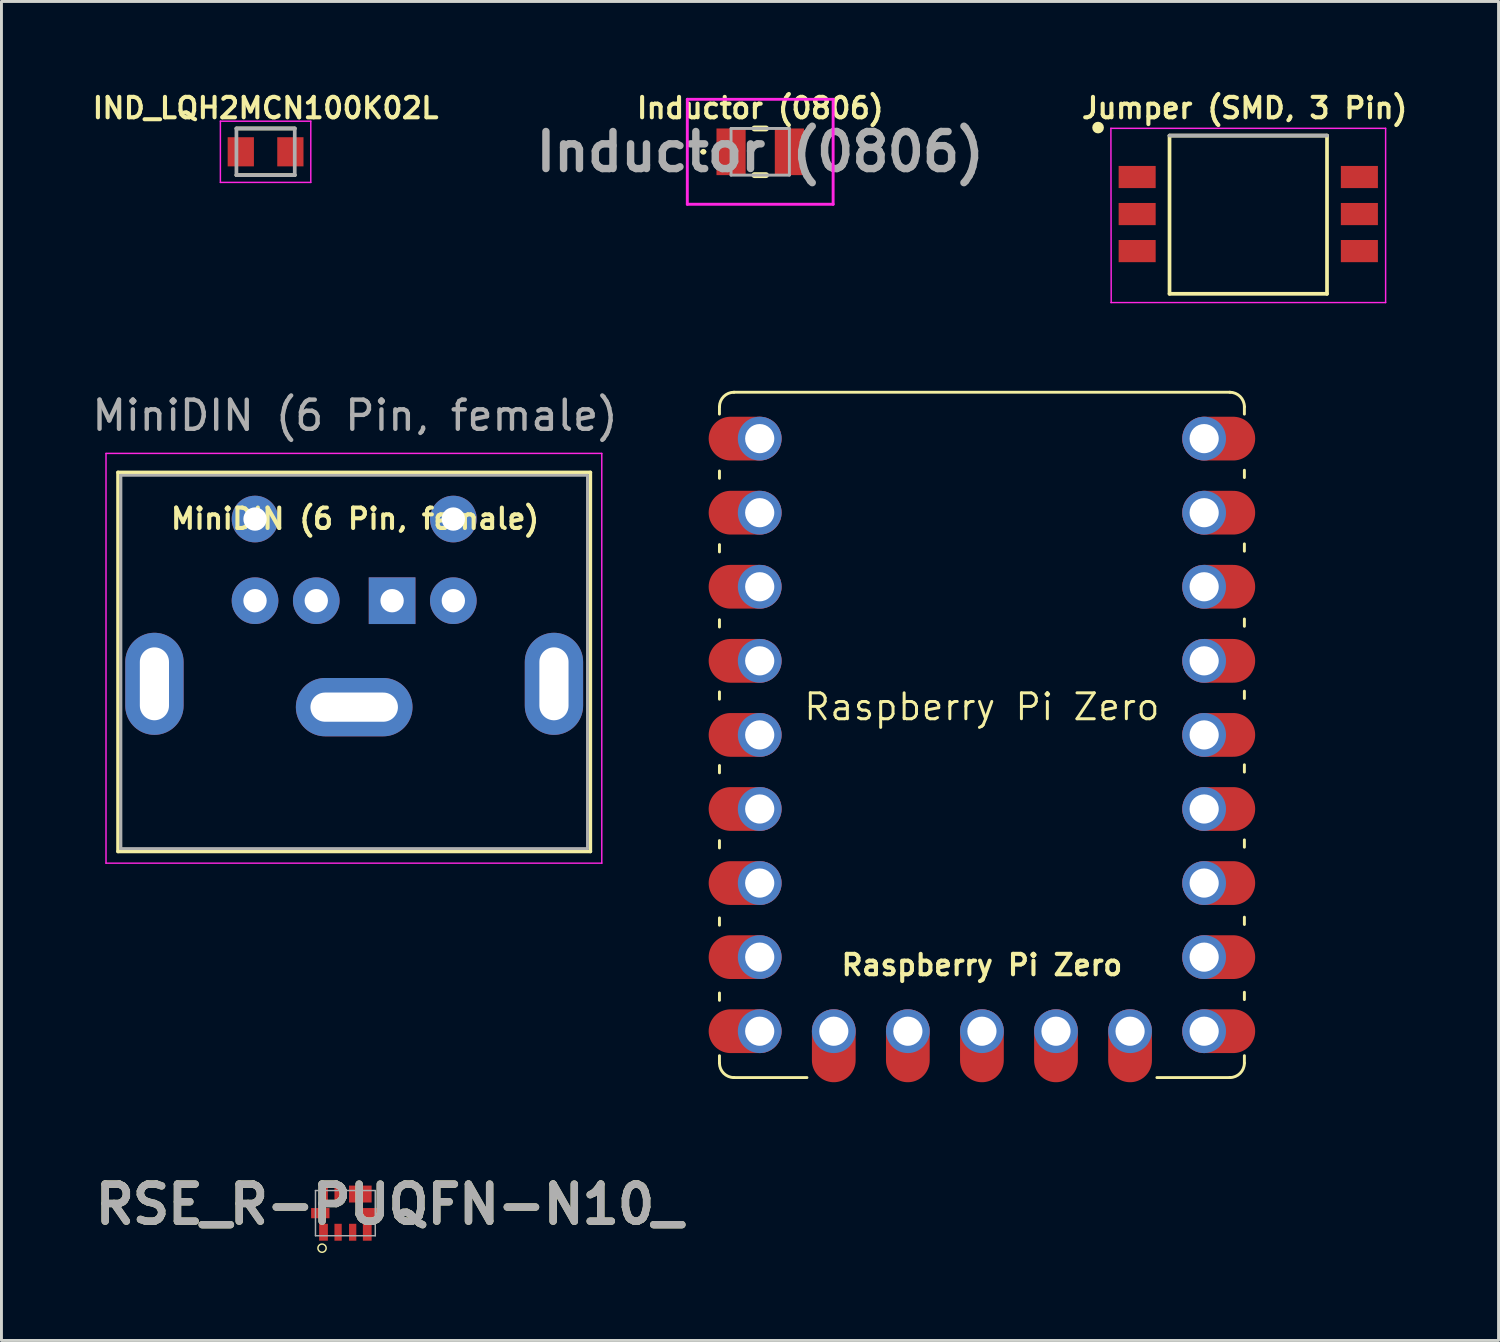
<source format=kicad_pcb>
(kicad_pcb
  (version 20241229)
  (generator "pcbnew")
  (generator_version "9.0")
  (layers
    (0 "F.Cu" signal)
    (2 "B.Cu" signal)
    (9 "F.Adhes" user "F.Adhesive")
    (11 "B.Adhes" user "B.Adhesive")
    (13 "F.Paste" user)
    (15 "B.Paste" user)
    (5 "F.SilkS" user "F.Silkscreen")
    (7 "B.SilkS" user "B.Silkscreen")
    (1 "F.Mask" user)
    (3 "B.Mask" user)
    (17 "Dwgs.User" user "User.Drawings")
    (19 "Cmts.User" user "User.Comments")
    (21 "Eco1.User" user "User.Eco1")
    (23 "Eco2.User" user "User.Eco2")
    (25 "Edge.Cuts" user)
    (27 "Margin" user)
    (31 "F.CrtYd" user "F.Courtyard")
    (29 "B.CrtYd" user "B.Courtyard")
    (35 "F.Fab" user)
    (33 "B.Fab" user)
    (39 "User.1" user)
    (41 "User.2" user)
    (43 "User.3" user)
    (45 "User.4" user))
  (footprint "Raspberry Pi Zero"
    (layer "F.Cu")
    (at 30.62 22.15)
    (property "Reference" "Raspberry Pi Zero" (at 0 -0.96 0) (layer "F.SilkS") (effects (font (size 0.889 0.889) (thickness 0.102))))
    (attr through_hole exclude_from_pos_files)
    (fp_line (start -9 -11.25) (end -9 -11) (stroke (width 0.1) (type default)) (layer "F.SilkS"))
    (fp_line (start -9 -9.05) (end -9 -8.8) (stroke (width 0.1) (type default)) (layer "F.SilkS"))
    (fp_line (start -9 -6.525) (end -9 -6.275) (stroke (width 0.1) (type default)) (layer "F.SilkS"))
    (fp_line (start -9 -3.95) (end -9 -3.7) (stroke (width 0.1) (type default)) (layer "F.SilkS"))
    (fp_line (start -9 -1.475) (end -9 -1.225) (stroke (width 0.1) (type default)) (layer "F.SilkS"))
    (fp_line (start -9 1.05) (end -9 1.3) (stroke (width 0.1) (type default)) (layer "F.SilkS"))
    (fp_line (start -9 3.625) (end -9 3.875) (stroke (width 0.1) (type default)) (layer "F.SilkS"))
    (fp_line (start -9 6.275) (end -9 6.525) (stroke (width 0.1) (type default)) (layer "F.SilkS"))
    (fp_line (start -9 8.85) (end -9 9.1) (stroke (width 0.1) (type default)) (layer "F.SilkS"))
    (fp_line (start -9 11.25) (end -9 11) (stroke (width 0.1) (type default)) (layer "F.SilkS"))
    (fp_line (start -8.5 -11.75) (end 8.5 -11.75) (stroke (width 0.1) (type default)) (layer "F.SilkS"))
    (fp_line (start -8.5 11.75) (end -6 11.75) (stroke (width 0.1) (type default)) (layer "F.SilkS"))
    (fp_line (start 8.5 11.75) (end 6 11.75) (stroke (width 0.1) (type default)) (layer "F.SilkS"))
    (fp_line (start 9 -11.25) (end 9 -11) (stroke (width 0.1) (type default)) (layer "F.SilkS"))
    (fp_line (start 9 -9.075) (end 9 -8.825) (stroke (width 0.1) (type default)) (layer "F.SilkS"))
    (fp_line (start 9 -6.55) (end 9 -6.3) (stroke (width 0.1) (type default)) (layer "F.SilkS"))
    (fp_line (start 9 -3.975) (end 9 -3.725) (stroke (width 0.1) (type default)) (layer "F.SilkS"))
    (fp_line (start 9 -1.5) (end 9 -1.25) (stroke (width 0.1) (type default)) (layer "F.SilkS"))
    (fp_line (start 9 1.025) (end 9 1.275) (stroke (width 0.1) (type default)) (layer "F.SilkS"))
    (fp_line (start 9 3.6) (end 9 3.85) (stroke (width 0.1) (type default)) (layer "F.SilkS"))
    (fp_line (start 9 6.25) (end 9 6.5) (stroke (width 0.1) (type default)) (layer "F.SilkS"))
    (fp_line (start 9 8.825) (end 9 9.075) (stroke (width 0.1) (type default)) (layer "F.SilkS"))
    (fp_line (start 9 11.25) (end 9 11) (stroke (width 0.1) (type default)) (layer "F.SilkS"))
    (fp_arc (start -9 -11.25) (mid -8.853553 -11.603553) (end -8.5 -11.75) (stroke (width 0.1) (type default)) (layer "F.SilkS"))
    (fp_arc (start -8.5 11.75) (mid -8.853553 11.603553) (end -9 11.25) (stroke (width 0.1) (type default)) (layer "F.SilkS"))
    (fp_arc (start 8.5 -11.75) (mid 8.853553 -11.603553) (end 9 -11.25) (stroke (width 0.1) (type default)) (layer "F.SilkS"))
    (fp_arc (start 9 11.25) (mid 8.853553 11.603553) (end 8.5 11.75) (stroke (width 0.1) (type default)) (layer "F.SilkS"))
    (fp_text user "${REFERENCE}" (at 0 8.3 0) (unlocked yes) (layer "F.SilkS") (effects (font (size 0.7 0.7) (thickness 0.14) (bold yes)) (justify bottom)))
    (pad "1" thru_hole oval (at 7.62 -10.16) (size 1.5 1.5) (drill 1) (layers "*.Cu" "*.Mask"))
    (pad "1" smd oval (at 8.12 -10.16) (size 2.5 1.5) (layers "F.Cu" "F.Mask" "F.Paste"))
    (pad "2" thru_hole oval (at 7.62 -7.62) (size 1.5 1.5) (drill 1) (layers "*.Cu" "*.Mask"))
    (pad "2" smd oval (at 8.12 -7.62) (size 2.5 1.5) (layers "F.Cu" "F.Mask" "F.Paste"))
    (pad "3" thru_hole oval (at 7.62 -5.08) (size 1.5 1.5) (drill 1) (layers "*.Cu" "*.Mask"))
    (pad "3" smd oval (at 8.12 -5.08) (size 2.5 1.5) (layers "F.Cu" "F.Mask" "F.Paste"))
    (pad "4" thru_hole oval (at 7.62 -2.54) (size 1.5 1.5) (drill 1) (layers "*.Cu" "*.Mask"))
    (pad "4" smd oval (at 8.12 -2.54) (size 2.5 1.5) (layers "F.Cu" "F.Mask" "F.Paste"))
    (pad "5" thru_hole oval (at 7.62 0) (size 1.5 1.5) (drill 1) (layers "*.Cu" "*.Mask"))
    (pad "5" smd oval (at 8.12 0) (size 2.5 1.5) (layers "F.Cu" "F.Mask" "F.Paste"))
    (pad "6" thru_hole oval (at 7.62 2.54) (size 1.5 1.5) (drill 1) (layers "*.Cu" "*.Mask"))
    (pad "6" smd oval (at 8.12 2.54) (size 2.5 1.5) (layers "F.Cu" "F.Mask" "F.Paste"))
    (pad "7" thru_hole oval (at 7.62 5.08) (size 1.5 1.5) (drill 1) (layers "*.Cu" "*.Mask"))
    (pad "7" smd oval (at 8.12 5.08) (size 2.5 1.5) (layers "F.Cu" "F.Mask" "F.Paste"))
    (pad "8" thru_hole oval (at 7.62 7.62) (size 1.5 1.5) (drill 1) (layers "*.Cu" "*.Mask"))
    (pad "8" smd oval (at 8.12 7.62) (size 2.5 1.5) (layers "F.Cu" "F.Mask" "F.Paste"))
    (pad "9" thru_hole oval (at 7.62 10.16) (size 1.5 1.5) (drill 1) (layers "*.Cu" "*.Mask"))
    (pad "9" smd oval (at 8.12 10.16) (size 2.5 1.5) (layers "F.Cu" "F.Mask" "F.Paste"))
    (pad "10" thru_hole oval (at 5.08 10.16) (size 1.5 1.5) (drill 1) (layers "*.Cu" "*.Mask"))
    (pad "10" smd oval (at 5.08 10.66 90) (size 2.5 1.5) (layers "F.Cu" "F.Mask" "F.Paste"))
    (pad "11" thru_hole oval (at 2.54 10.16) (size 1.5 1.5) (drill 1) (layers "*.Cu" "*.Mask"))
    (pad "11" smd oval (at 2.54 10.66 90) (size 2.5 1.5) (layers "F.Cu" "F.Mask" "F.Paste"))
    (pad "12" thru_hole oval (at 0 10.16) (size 1.5 1.5) (drill 1) (layers "*.Cu" "*.Mask"))
    (pad "12" smd oval (at 0 10.66 90) (size 2.5 1.5) (layers "F.Cu" "F.Mask" "F.Paste"))
    (pad "13" thru_hole oval (at -2.54 10.16) (size 1.5 1.5) (drill 1) (layers "*.Cu" "*.Mask"))
    (pad "13" smd oval (at -2.54 10.66 90) (size 2.5 1.5) (layers "F.Cu" "F.Mask" "F.Paste"))
    (pad "14" thru_hole oval (at -5.08 10.16) (size 1.5 1.5) (drill 1) (layers "*.Cu" "*.Mask"))
    (pad "14" smd oval (at -5.08 10.66 90) (size 2.5 1.5) (layers "F.Cu" "F.Mask" "F.Paste"))
    (pad "15" smd oval (at -8.12 10.16) (size 2.5 1.5) (layers "F.Cu" "F.Mask" "F.Paste"))
    (pad "15" thru_hole oval (at -7.62 10.16) (size 1.5 1.5) (drill 1) (layers "*.Cu" "*.Mask"))
    (pad "16" smd oval (at -8.12 7.62) (size 2.5 1.5) (layers "F.Cu" "F.Mask" "F.Paste"))
    (pad "16" thru_hole oval (at -7.62 7.62) (size 1.5 1.5) (drill 1) (layers "*.Cu" "*.Mask"))
    (pad "17" smd oval (at -8.12 5.08) (size 2.5 1.5) (layers "F.Cu" "F.Mask" "F.Paste"))
    (pad "17" thru_hole oval (at -7.62 5.08) (size 1.5 1.5) (drill 1) (layers "*.Cu" "*.Mask"))
    (pad "18" smd oval (at -8.12 2.54) (size 2.5 1.5) (layers "F.Cu" "F.Mask" "F.Paste"))
    (pad "18" thru_hole oval (at -7.62 2.54) (size 1.5 1.5) (drill 1) (layers "*.Cu" "*.Mask"))
    (pad "19" smd oval (at -8.12 0) (size 2.5 1.5) (layers "F.Cu" "F.Mask" "F.Paste"))
    (pad "19" thru_hole oval (at -7.62 0) (size 1.5 1.5) (drill 1) (layers "*.Cu" "*.Mask"))
    (pad "20" smd oval (at -8.12 -2.54) (size 2.5 1.5) (layers "F.Cu" "F.Mask" "F.Paste"))
    (pad "20" thru_hole oval (at -7.62 -2.54) (size 1.5 1.5) (drill 1) (layers "*.Cu" "*.Mask"))
    (pad "21" smd oval (at -8.12 -5.08) (size 2.5 1.5) (layers "F.Cu" "F.Mask" "F.Paste"))
    (pad "21" thru_hole oval (at -7.62 -5.08) (size 1.5 1.5) (drill 1) (layers "*.Cu" "*.Mask"))
    (pad "22" smd oval (at -8.12 -7.62) (size 2.5 1.5) (layers "F.Cu" "F.Mask" "F.Paste"))
    (pad "22" thru_hole oval (at -7.62 -7.62) (size 1.5 1.5) (drill 1) (layers "*.Cu" "*.Mask"))
    (pad "23" smd oval (at -8.12 -10.16) (size 2.5 1.5) (layers "F.Cu" "F.Mask" "F.Paste"))
    (pad "23" thru_hole oval (at -7.62 -10.16) (size 1.5 1.5) (drill 1) (layers "*.Cu" "*.Mask")))
  (footprint "RSE_R-PUQFN-N10_"
    (layer "F.Cu")
    (at 8.793 38.549)
    (property "Reference" "RSE_R-PUQFN-N10_" (at 1.5 -0.3 0) (layer "F.SilkS") (effects (font (size 1.27 1.27) (thickness 0.254))))
    (attr smd)
    (fp_circle (center -0.8 1.2) (end -0.8 1.341) (stroke (width 0.05) (type solid)) (fill no) (layer "F.SilkS"))
    (fp_line (start -1.025 -0.775) (end 1.025 -0.775) (stroke (width 0.05) (type solid)) (layer "F.Fab"))
    (fp_line (start -1.025 0.775) (end -1.025 -0.775) (stroke (width 0.05) (type solid)) (layer "F.Fab"))
    (fp_line (start 1.025 -0.775) (end 1.025 0.775) (stroke (width 0.05) (type solid)) (layer "F.Fab"))
    (fp_line (start 1.025 0.775) (end -1.025 0.775) (stroke (width 0.05) (type solid)) (layer "F.Fab"))
    (fp_text user "${REFERENCE}" (at 1.5 -0.3 0) (layer "F.Fab") (effects (font (size 1.27 1.27) (thickness 0.254))))
    (pad "1" smd rect (at -0.75 0.655) (size 0.3 0.58) (layers "F.Cu" "F.Mask" "F.Paste"))
    (pad "2" smd rect (at -0.25 0.655) (size 0.25 0.58) (layers "F.Cu" "F.Mask" "F.Paste"))
    (pad "3" smd rect (at 0.25 0.655) (size 0.25 0.58) (layers "F.Cu" "F.Mask" "F.Paste"))
    (pad "4" smd rect (at 0.75 0.655) (size 0.3 0.58) (layers "F.Cu" "F.Mask" "F.Paste"))
    (pad "5" smd rect (at 0.86 0 90) (size 0.35 0.63) (layers "F.Cu" "F.Mask" "F.Paste"))
    (pad "6" smd rect (at 0.75 -0.655) (size 0.3 0.58) (layers "F.Cu" "F.Mask" "F.Paste"))
    (pad "7" smd rect (at 0.25 -0.655) (size 0.25 0.58) (layers "F.Cu" "F.Mask" "F.Paste"))
    (pad "8" smd rect (at -0.25 -0.655) (size 0.25 0.58) (layers "F.Cu" "F.Mask" "F.Paste"))
    (pad "9" smd rect (at -0.75 -0.655) (size 0.3 0.58) (layers "F.Cu" "F.Mask" "F.Paste"))
    (pad "10" smd rect (at -0.86 0 90) (size 0.35 0.63) (layers "F.Cu" "F.Mask" "F.Paste")))
  (footprint "Jumper (SMD, 3 Pin)"
    (layer "F.Cu")
    (at 39.753 4.925)
    (property "Reference" "Jumper (SMD, 3 Pin)" (at -0.125 -4.27 0) (layer "F.SilkS") (effects (font (size 0.7 0.7) (thickness 0.14) (bold yes))))
    (attr smd)
    (fp_line (start -2.7 -3.325) (end -2.7 2.1) (stroke (width 0.127) (type solid)) (layer "F.SilkS"))
    (fp_line (start -2.7 2.1) (end 2.7 2.1) (stroke (width 0.127) (type solid)) (layer "F.SilkS"))
    (fp_line (start 2.7 -3.325) (end -2.7 -3.325) (stroke (width 0.127) (type solid)) (layer "F.SilkS"))
    (fp_line (start 2.7 -3.325) (end 2.7 2.1) (stroke (width 0.127) (type solid)) (layer "F.SilkS"))
    (fp_circle (center -5.15 -3.6) (end -5.05 -3.6) (stroke (width 0.2) (type solid)) (fill no) (layer "F.SilkS"))
    (fp_line (start -4.71 -3.575) (end 4.71 -3.575) (stroke (width 0.05) (type solid)) (layer "F.CrtYd"))
    (fp_line (start -4.7 2.4) (end -4.71 -3.575) (stroke (width 0.05) (type solid)) (layer "F.CrtYd"))
    (fp_line (start 4.71 -3.575) (end 4.71 2.4) (stroke (width 0.05) (type solid)) (layer "F.CrtYd"))
    (fp_line (start 4.71 2.4) (end -4.71 2.4) (stroke (width 0.05) (type solid)) (layer "F.CrtYd"))
    (fp_line (start 2.7 -3.325) (end -2.7 -3.325) (stroke (width 0.127) (type solid)) (layer "F.Fab"))
    (pad "1" smd rect (at -3.81 -1.905) (size 1.27 0.76) (layers "F.Cu" "F.Mask" "F.Paste"))
    (pad "2" smd rect (at -3.81 -0.635) (size 1.27 0.76) (layers "F.Cu" "F.Mask" "F.Paste"))
    (pad "3" smd rect (at -3.81 0.635) (size 1.27 0.76) (layers "F.Cu" "F.Mask" "F.Paste"))
    (pad "4" smd rect (at 3.81 0.635) (size 1.27 0.76) (layers "F.Cu" "F.Mask" "F.Paste"))
    (pad "5" smd rect (at 3.81 -0.635) (size 1.27 0.76) (layers "F.Cu" "F.Mask" "F.Paste"))
    (pad "6" smd rect (at 3.81 -1.905) (size 1.27 0.76) (layers "F.Cu" "F.Mask" "F.Paste")))
  (footprint "MiniDIN (6 Pin, female)"
    (layer "F.Cu")
    (at 10.395 17.548)
    (property "Reference" "MiniDIN (6 Pin, female)" (at -1.27 -2.81 0) (layer "F.SilkS") (effects (font (size 0.7 0.7) (thickness 0.14) (bold yes))))
    (attr through_hole)
    (fp_line (start -9.4 -4.4) (end -9.4 8.6) (stroke (width 0.12) (type solid)) (layer "F.SilkS"))
    (fp_line (start -9.4 -4.4) (end 6.8 -4.4) (stroke (width 0.12) (type solid)) (layer "F.SilkS"))
    (fp_line (start -9.4 8.6) (end 6.8 8.6) (stroke (width 0.12) (type solid)) (layer "F.SilkS"))
    (fp_line (start 6.8 -4.4) (end 6.8 8.6) (stroke (width 0.12) (type solid)) (layer "F.SilkS"))
    (fp_line (start -9.81 -5.05) (end -9.81 9) (stroke (width 0.05) (type solid)) (layer "F.CrtYd"))
    (fp_line (start -9.81 -5.05) (end 7.19 -5.05) (stroke (width 0.05) (type solid)) (layer "F.CrtYd"))
    (fp_line (start 7.19 9) (end -9.81 9) (stroke (width 0.05) (type solid)) (layer "F.CrtYd"))
    (fp_line (start 7.19 9) (end 7.19 -5.05) (stroke (width 0.05) (type solid)) (layer "F.CrtYd"))
    (fp_line (start -9.3 -4.3) (end 6.7 -4.3) (stroke (width 0.1) (type solid)) (layer "F.Fab"))
    (fp_line (start -9.3 8.5) (end -9.3 -4.3) (stroke (width 0.1) (type solid)) (layer "F.Fab"))
    (fp_line (start 6.7 -4.3) (end 6.7 8.5) (stroke (width 0.1) (type solid)) (layer "F.Fab"))
    (fp_line (start 6.7 8.5) (end -9.3 8.5) (stroke (width 0.1) (type solid)) (layer "F.Fab"))
    (fp_text user "${REFERENCE}" (at -1.27 -6.35 0) (layer "F.Fab") (effects (font (size 1 1) (thickness 0.15))))
    (pad "1" thru_hole rect (at 0 0) (size 1.6 1.6) (drill 0.8) (layers "*.Cu" "*.Mask"))
    (pad "2" thru_hole circle (at -2.6 0) (size 1.6 1.6) (drill 0.8) (layers "*.Cu" "*.Mask"))
    (pad "3" thru_hole oval (at -8.15 2.85) (size 2 3.5) (drill oval 1 2.5) (layers "*.Cu" "*.Mask"))
    (pad "3" thru_hole oval (at -1.3 3.65) (size 4 2) (drill oval 3 1) (layers "*.Cu" "*.Mask"))
    (pad "3" thru_hole circle (at 2.1 0) (size 1.6 1.6) (drill 0.8) (layers "*.Cu" "*.Mask"))
    (pad "3" thru_hole oval (at 5.55 2.85) (size 2 3.5) (drill oval 1 2.5) (layers "*.Cu" "*.Mask"))
    (pad "4" thru_hole circle (at -4.7 0) (size 1.6 1.6) (drill 0.8) (layers "*.Cu" "*.Mask"))
    (pad "5" thru_hole circle (at 2.1 -2.8) (size 1.6 1.6) (drill 0.8) (layers "*.Cu" "*.Mask"))
    (pad "6" thru_hole circle (at -4.7 -2.8) (size 1.6 1.6) (drill 0.8) (layers "*.Cu" "*.Mask")))
  (footprint "IND_LQH2MCN100K02L"
    (layer "F.Cu")
    (at 6.057 2.155)
    (property "Reference" "IND_LQH2MCN100K02L" (at 0 -1.5 0) (layer "F.SilkS") (effects (font (size 0.7 0.7) (thickness 0.14) (bold yes))))
    (attr smd)
    (fp_line (start -1 -0.8) (end 1 -0.8) (stroke (width 0.127) (type solid)) (layer "F.SilkS"))
    (fp_line (start 1 0.8) (end -1 0.8) (stroke (width 0.127) (type solid)) (layer "F.SilkS"))
    (fp_line (start -1.55 -1.05) (end 1.55 -1.05) (stroke (width 0.05) (type solid)) (layer "F.CrtYd"))
    (fp_line (start -1.55 1.05) (end -1.55 -1.05) (stroke (width 0.05) (type solid)) (layer "F.CrtYd"))
    (fp_line (start 1.55 -1.05) (end 1.55 1.05) (stroke (width 0.05) (type solid)) (layer "F.CrtYd"))
    (fp_line (start 1.55 1.05) (end -1.55 1.05) (stroke (width 0.05) (type solid)) (layer "F.CrtYd"))
    (fp_line (start -1 -0.8) (end 1 -0.8) (stroke (width 0.127) (type solid)) (layer "F.Fab"))
    (fp_line (start -1 0.8) (end -1 -0.8) (stroke (width 0.127) (type solid)) (layer "F.Fab"))
    (fp_line (start 1 -0.8) (end 1 0.8) (stroke (width 0.127) (type solid)) (layer "F.Fab"))
    (fp_line (start 1 0.8) (end -1 0.8) (stroke (width 0.127) (type solid)) (layer "F.Fab"))
    (pad "1" smd rect (at -0.85 0) (size 0.9 1) (layers "F.Cu" "F.Mask" "F.Paste"))
    (pad "2" smd rect (at 0.85 0) (size 0.9 1) (layers "F.Cu" "F.Mask" "F.Paste")))
  (footprint "Inductor (0806)"
    (layer "F.Cu")
    (at 23.018 2.155)
    (property "Reference" "Inductor (0806)" (at 0 -1.5 0) (layer "F.SilkS") (effects (font (size 0.7 0.7) (thickness 0.14) (bold yes))))
    (attr smd)
    (fp_line (start -2 0) (end -2 0) (stroke (width 0.1) (type solid)) (layer "F.SilkS"))
    (fp_line (start -1.9 0) (end -1.9 0) (stroke (width 0.1) (type solid)) (layer "F.SilkS"))
    (fp_line (start -0.2 -0.8) (end 0.2 -0.8) (stroke (width 0.2) (type solid)) (layer "F.SilkS"))
    (fp_line (start -0.2 0.8) (end 0.2 0.8) (stroke (width 0.2) (type solid)) (layer "F.SilkS"))
    (fp_arc (start -2 0) (mid -1.95 -0.05) (end -1.9 0) (stroke (width 0.1) (type solid)) (layer "F.SilkS"))
    (fp_arc (start -1.9 0) (mid -1.95 0.05) (end -2 0) (stroke (width 0.1) (type solid)) (layer "F.SilkS"))
    (fp_line (start -2.5 -1.8) (end 2.5 -1.8) (stroke (width 0.1) (type solid)) (layer "F.CrtYd"))
    (fp_line (start -2.5 1.8) (end -2.5 -1.8) (stroke (width 0.1) (type solid)) (layer "F.CrtYd"))
    (fp_line (start 2.5 -1.8) (end 2.5 1.8) (stroke (width 0.1) (type solid)) (layer "F.CrtYd"))
    (fp_line (start 2.5 1.8) (end -2.5 1.8) (stroke (width 0.1) (type solid)) (layer "F.CrtYd"))
    (fp_line (start -1 -0.8) (end 1 -0.8) (stroke (width 0.1) (type solid)) (layer "F.Fab"))
    (fp_line (start -1 0.8) (end -1 -0.8) (stroke (width 0.1) (type solid)) (layer "F.Fab"))
    (fp_line (start 1 -0.8) (end 1 0.8) (stroke (width 0.1) (type solid)) (layer "F.Fab"))
    (fp_line (start 1 0.8) (end -1 0.8) (stroke (width 0.1) (type solid)) (layer "F.Fab"))
    (fp_text user "${REFERENCE}" (at 0 0 0) (layer "F.Fab") (effects (font (size 1.27 1.27) (thickness 0.254))))
    (pad "1" smd rect (at -1 0) (size 1 1.6) (layers "F.Cu" "F.Mask" "F.Paste"))
    (pad "2" smd rect (at 1 0) (size 1 1.6) (layers "F.Cu" "F.Mask" "F.Paste")))
  (gr_rect
    (start -3 -3)
    (end 48.335 42.915)
    (stroke (width 0.1) (type default))
    (fill no)
    (layer "Edge.Cuts")))
</source>
